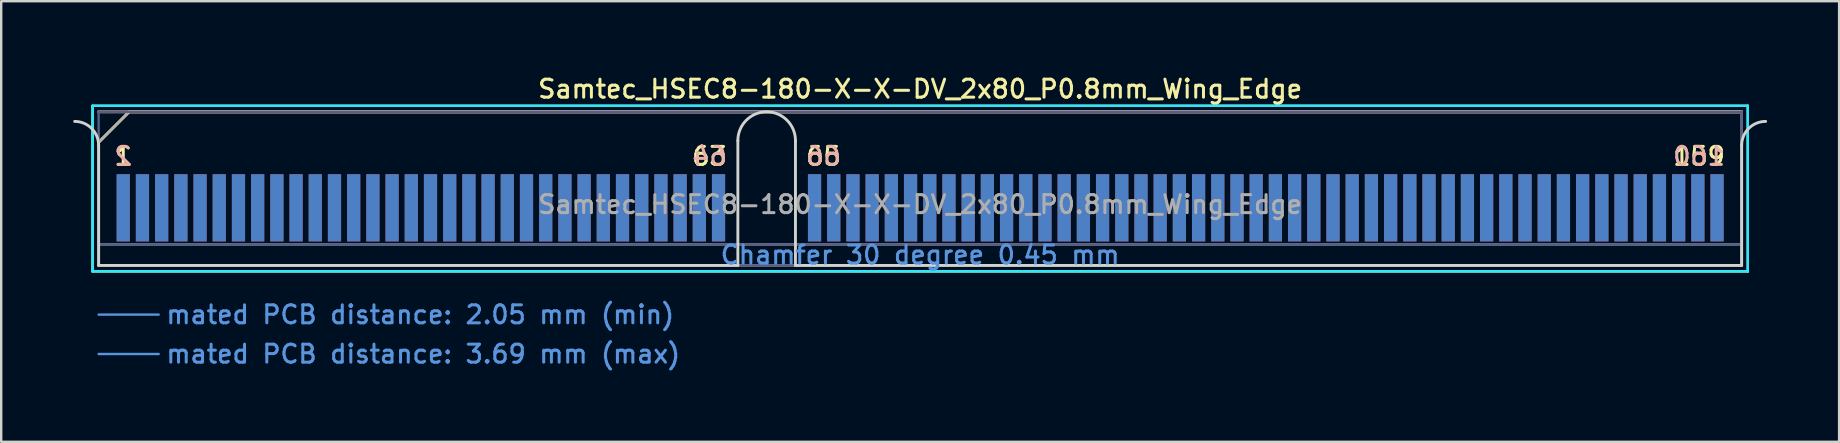
<source format=kicad_pcb>
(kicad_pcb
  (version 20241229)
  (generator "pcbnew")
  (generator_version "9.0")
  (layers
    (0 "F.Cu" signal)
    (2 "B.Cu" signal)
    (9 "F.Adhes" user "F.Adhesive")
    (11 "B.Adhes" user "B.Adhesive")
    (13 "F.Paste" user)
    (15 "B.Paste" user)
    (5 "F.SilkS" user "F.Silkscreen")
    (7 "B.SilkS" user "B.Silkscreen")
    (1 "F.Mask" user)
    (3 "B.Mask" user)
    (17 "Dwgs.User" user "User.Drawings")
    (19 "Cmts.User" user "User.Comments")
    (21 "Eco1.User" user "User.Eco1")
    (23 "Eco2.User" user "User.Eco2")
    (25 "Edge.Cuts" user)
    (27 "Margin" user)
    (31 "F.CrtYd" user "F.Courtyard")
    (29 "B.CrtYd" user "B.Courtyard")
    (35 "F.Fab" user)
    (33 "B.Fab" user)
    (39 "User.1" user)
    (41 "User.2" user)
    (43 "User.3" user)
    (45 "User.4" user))
  (footprint "Samtec_HSEC8-180-X-X-DV_2x80_P0.8mm_Wing_Edge"
    (layer "F.Cu")
    (at 35.285 8.008)
    (property "Reference" "Samtec_HSEC8-180-X-X-DV_2x80_P0.8mm_Wing_Edge" (at 0 -7.35 0) (layer "F.SilkS") (effects (font (size 0.75 0.75) (thickness 0.125))))
    (attr exclude_from_pos_files exclude_from_bom)
    (fp_line (start -34.48 -6.65) (end -34.48 0.25) (stroke (width 0.1) (type solid)) (layer "F.SilkS"))
    (fp_line (start -34.48 0.25) (end 34.48 0.25) (stroke (width 0.1) (type solid)) (layer "F.SilkS"))
    (fp_line (start -34.225 -5.13) (end -32.955 -6.4) (stroke (width 0.12) (type solid)) (layer "F.SilkS"))
    (fp_line (start -32.955 -6.4) (end 34.225 -6.4) (stroke (width 0.12) (type solid)) (layer "F.SilkS"))
    (fp_line (start 34.48 -6.65) (end -34.48 -6.65) (stroke (width 0.1) (type solid)) (layer "F.SilkS"))
    (fp_line (start 34.48 0.25) (end 34.48 -6.65) (stroke (width 0.1) (type solid)) (layer "F.SilkS"))
    (fp_line (start -34.225 -6.4) (end -34.225 -6.4) (stroke (width 0.12) (type solid)) (layer "B.SilkS"))
    (fp_line (start -34.225 -6.4) (end 34.225 -6.4) (stroke (width 0.12) (type solid)) (layer "B.SilkS"))
    (fp_line (start -34.225 2.05) (end -31.725 2.05) (stroke (width 0.1) (type solid)) (layer "Cmts.User"))
    (fp_line (start -34.225 3.69) (end -31.725 3.69) (stroke (width 0.1) (type solid)) (layer "Cmts.User"))
    (fp_line (start -34.225 -5) (end -34.225 0) (stroke (width 0.12) (type solid)) (layer "Edge.Cuts"))
    (fp_line (start -34.225 0) (end -7.595 0) (stroke (width 0.12) (type solid)) (layer "Edge.Cuts"))
    (fp_line (start -7.595 0) (end -7.595 -5.2) (stroke (width 0.12) (type solid)) (layer "Edge.Cuts"))
    (fp_line (start -5.195 -5.2) (end -5.195 0) (stroke (width 0.12) (type solid)) (layer "Edge.Cuts"))
    (fp_line (start -5.195 0) (end 34.225 0) (stroke (width 0.12) (type solid)) (layer "Edge.Cuts"))
    (fp_line (start 34.225 0) (end 34.225 -5) (stroke (width 0.12) (type solid)) (layer "Edge.Cuts"))
    (fp_arc (start -35.225 -6) (mid -34.517893 -5.707107) (end -34.225 -5) (stroke (width 0.12) (type solid)) (layer "Edge.Cuts"))
    (fp_arc (start -7.595 -5.2) (mid -6.395 -6.4) (end -5.195 -5.2) (stroke (width 0.12) (type solid)) (layer "Edge.Cuts"))
    (fp_arc (start 34.225 -5) (mid 34.517893 -5.707107) (end 35.225 -6) (stroke (width 0.12) (type solid)) (layer "Edge.Cuts"))
    (fp_line (start -34.48 -6.65) (end -34.48 0.25) (stroke (width 0.1) (type solid)) (layer "B.CrtYd"))
    (fp_line (start -34.48 0.25) (end 34.48 0.25) (stroke (width 0.1) (type solid)) (layer "B.CrtYd"))
    (fp_line (start 34.48 -6.65) (end -34.48 -6.65) (stroke (width 0.1) (type solid)) (layer "B.CrtYd"))
    (fp_line (start 34.48 0.25) (end 34.48 -6.65) (stroke (width 0.1) (type solid)) (layer "B.CrtYd"))
    (fp_line (start -34.225 -6.4) (end -34.225 -6.4) (stroke (width 0.1) (type solid)) (layer "B.Fab"))
    (fp_line (start -34.225 -6.4) (end -34.225 0) (stroke (width 0.1) (type solid)) (layer "B.Fab"))
    (fp_line (start -34.225 -6.4) (end 34.225 -6.4) (stroke (width 0.1) (type solid)) (layer "B.Fab"))
    (fp_line (start -34.225 -0.88) (end 34.225 -0.88) (stroke (width 0.1) (type solid)) (layer "B.Fab"))
    (fp_line (start -34.225 0) (end 34.225 0) (stroke (width 0.1) (type solid)) (layer "B.Fab"))
    (fp_line (start 34.225 -6.4) (end 34.225 0) (stroke (width 0.1) (type solid)) (layer "B.Fab"))
    (fp_line (start -34.225 -5.13) (end -34.225 0) (stroke (width 0.1) (type solid)) (layer "F.Fab"))
    (fp_line (start -34.225 -5.13) (end -32.955 -6.4) (stroke (width 0.1) (type solid)) (layer "F.Fab"))
    (fp_line (start -34.225 -0.88) (end 34.225 -0.88) (stroke (width 0.1) (type solid)) (layer "F.Fab"))
    (fp_line (start -34.225 0) (end 34.225 0) (stroke (width 0.1) (type solid)) (layer "F.Fab"))
    (fp_line (start -32.955 -6.4) (end 34.225 -6.4) (stroke (width 0.1) (type solid)) (layer "F.Fab"))
    (fp_line (start 34.225 -6.4) (end 34.225 0) (stroke (width 0.1) (type solid)) (layer "F.Fab"))
    (fp_text user "1" (at -33.2 -4.55 0) (layer "F.SilkS") (effects (font (size 0.75 0.75) (thickness 0.125))))
    (fp_text user "159" (at 32.45 -4.55 0) (layer "F.SilkS") (effects (font (size 0.75 0.75) (thickness 0.125))))
    (fp_text user "63" (at -8.775 -4.55 0) (layer "F.SilkS") (effects (font (size 0.75 0.75) (thickness 0.125))))
    (fp_text user "65" (at -4.025 -4.55 0) (layer "F.SilkS") (effects (font (size 0.75 0.75) (thickness 0.125))))
    (fp_text user "2" (at -33.2 -4.55 0) (layer "B.SilkS") (effects (font (size 0.75 0.75) (thickness 0.125)) (justify mirror)))
    (fp_text user "160" (at 32.45 -4.55 0) (layer "B.SilkS") (effects (font (size 0.75 0.75) (thickness 0.125)) (justify mirror)))
    (fp_text user "66" (at -4.025 -4.55 0) (layer "B.SilkS") (effects (font (size 0.75 0.75) (thickness 0.125)) (justify mirror)))
    (fp_text user "64" (at -8.775 -4.55 0) (layer "B.SilkS") (effects (font (size 0.75 0.75) (thickness 0.125)) (justify mirror)))
    (fp_text user "mated PCB distance: 3.69 mm (max)" (at -31.48 3.69 0) (layer "Cmts.User") (effects (font (size 0.75 0.75) (thickness 0.125)) (justify left)))
    (fp_text user "Chamfer 30 degree 0.45 mm" (at 0 -0.44 0) (layer "Cmts.User") (effects (font (size 0.75 0.75) (thickness 0.125))))
    (fp_text user "mated PCB distance: 2.05 mm (min)" (at -31.48 2.05 0) (layer "Cmts.User") (effects (font (size 0.75 0.75) (thickness 0.125)) (justify left)))
    (fp_text user "${REFERENCE}" (at 0 -2.54 0) (layer "F.Fab") (effects (font (size 0.75 0.75) (thickness 0.125))))
    (pad "1" connect rect (at -33.2 -2.4) (size 0.55 2.8) (layers "F.Cu" "F.Mask"))
    (pad "2" connect rect (at -33.2 -2.4) (size 0.55 2.8) (layers "B.Cu" "B.Mask"))
    (pad "3" connect rect (at -32.4 -2.4) (size 0.55 2.8) (layers "F.Cu" "F.Mask"))
    (pad "4" connect rect (at -32.4 -2.4) (size 0.55 2.8) (layers "B.Cu" "B.Mask"))
    (pad "5" connect rect (at -31.6 -2.4) (size 0.55 2.8) (layers "F.Cu" "F.Mask"))
    (pad "6" connect rect (at -31.6 -2.4) (size 0.55 2.8) (layers "B.Cu" "B.Mask"))
    (pad "7" connect rect (at -30.8 -2.4) (size 0.55 2.8) (layers "F.Cu" "F.Mask"))
    (pad "8" connect rect (at -30.8 -2.4) (size 0.55 2.8) (layers "B.Cu" "B.Mask"))
    (pad "9" connect rect (at -30 -2.4) (size 0.55 2.8) (layers "F.Cu" "F.Mask"))
    (pad "10" connect rect (at -30 -2.4) (size 0.55 2.8) (layers "B.Cu" "B.Mask"))
    (pad "11" connect rect (at -29.2 -2.4) (size 0.55 2.8) (layers "F.Cu" "F.Mask"))
    (pad "12" connect rect (at -29.2 -2.4) (size 0.55 2.8) (layers "B.Cu" "B.Mask"))
    (pad "13" connect rect (at -28.4 -2.4) (size 0.55 2.8) (layers "F.Cu" "F.Mask"))
    (pad "14" connect rect (at -28.4 -2.4) (size 0.55 2.8) (layers "B.Cu" "B.Mask"))
    (pad "15" connect rect (at -27.6 -2.4) (size 0.55 2.8) (layers "F.Cu" "F.Mask"))
    (pad "16" connect rect (at -27.6 -2.4) (size 0.55 2.8) (layers "B.Cu" "B.Mask"))
    (pad "17" connect rect (at -26.8 -2.4) (size 0.55 2.8) (layers "F.Cu" "F.Mask"))
    (pad "18" connect rect (at -26.8 -2.4) (size 0.55 2.8) (layers "B.Cu" "B.Mask"))
    (pad "19" connect rect (at -26 -2.4) (size 0.55 2.8) (layers "F.Cu" "F.Mask"))
    (pad "20" connect rect (at -26 -2.4) (size 0.55 2.8) (layers "B.Cu" "B.Mask"))
    (pad "21" connect rect (at -25.2 -2.4) (size 0.55 2.8) (layers "F.Cu" "F.Mask"))
    (pad "22" connect rect (at -25.2 -2.4) (size 0.55 2.8) (layers "B.Cu" "B.Mask"))
    (pad "23" connect rect (at -24.4 -2.4) (size 0.55 2.8) (layers "F.Cu" "F.Mask"))
    (pad "24" connect rect (at -24.4 -2.4) (size 0.55 2.8) (layers "B.Cu" "B.Mask"))
    (pad "25" connect rect (at -23.6 -2.4) (size 0.55 2.8) (layers "F.Cu" "F.Mask"))
    (pad "26" connect rect (at -23.6 -2.4) (size 0.55 2.8) (layers "B.Cu" "B.Mask"))
    (pad "27" connect rect (at -22.8 -2.4) (size 0.55 2.8) (layers "F.Cu" "F.Mask"))
    (pad "28" connect rect (at -22.8 -2.4) (size 0.55 2.8) (layers "B.Cu" "B.Mask"))
    (pad "29" connect rect (at -22 -2.4) (size 0.55 2.8) (layers "F.Cu" "F.Mask"))
    (pad "30" connect rect (at -22 -2.4) (size 0.55 2.8) (layers "B.Cu" "B.Mask"))
    (pad "31" connect rect (at -21.2 -2.4) (size 0.55 2.8) (layers "F.Cu" "F.Mask"))
    (pad "32" connect rect (at -21.2 -2.4) (size 0.55 2.8) (layers "B.Cu" "B.Mask"))
    (pad "33" connect rect (at -20.4 -2.4) (size 0.55 2.8) (layers "F.Cu" "F.Mask"))
    (pad "34" connect rect (at -20.4 -2.4) (size 0.55 2.8) (layers "B.Cu" "B.Mask"))
    (pad "35" connect rect (at -19.6 -2.4) (size 0.55 2.8) (layers "F.Cu" "F.Mask"))
    (pad "36" connect rect (at -19.6 -2.4) (size 0.55 2.8) (layers "B.Cu" "B.Mask"))
    (pad "37" connect rect (at -18.8 -2.4) (size 0.55 2.8) (layers "F.Cu" "F.Mask"))
    (pad "38" connect rect (at -18.8 -2.4) (size 0.55 2.8) (layers "B.Cu" "B.Mask"))
    (pad "39" connect rect (at -18 -2.4) (size 0.55 2.8) (layers "F.Cu" "F.Mask"))
    (pad "40" connect rect (at -18 -2.4) (size 0.55 2.8) (layers "B.Cu" "B.Mask"))
    (pad "41" connect rect (at -17.2 -2.4) (size 0.55 2.8) (layers "F.Cu" "F.Mask"))
    (pad "42" connect rect (at -17.2 -2.4) (size 0.55 2.8) (layers "B.Cu" "B.Mask"))
    (pad "43" connect rect (at -16.4 -2.4) (size 0.55 2.8) (layers "F.Cu" "F.Mask"))
    (pad "44" connect rect (at -16.4 -2.4) (size 0.55 2.8) (layers "B.Cu" "B.Mask"))
    (pad "45" connect rect (at -15.6 -2.4) (size 0.55 2.8) (layers "F.Cu" "F.Mask"))
    (pad "46" connect rect (at -15.6 -2.4) (size 0.55 2.8) (layers "B.Cu" "B.Mask"))
    (pad "47" connect rect (at -14.8 -2.4) (size 0.55 2.8) (layers "F.Cu" "F.Mask"))
    (pad "48" connect rect (at -14.8 -2.4) (size 0.55 2.8) (layers "B.Cu" "B.Mask"))
    (pad "49" connect rect (at -14 -2.4) (size 0.55 2.8) (layers "F.Cu" "F.Mask"))
    (pad "50" connect rect (at -14 -2.4) (size 0.55 2.8) (layers "B.Cu" "B.Mask"))
    (pad "51" connect rect (at -13.2 -2.4) (size 0.55 2.8) (layers "F.Cu" "F.Mask"))
    (pad "52" connect rect (at -13.2 -2.4) (size 0.55 2.8) (layers "B.Cu" "B.Mask"))
    (pad "53" connect rect (at -12.4 -2.4) (size 0.55 2.8) (layers "F.Cu" "F.Mask"))
    (pad "54" connect rect (at -12.4 -2.4) (size 0.55 2.8) (layers "B.Cu" "B.Mask"))
    (pad "55" connect rect (at -11.6 -2.4) (size 0.55 2.8) (layers "F.Cu" "F.Mask"))
    (pad "56" connect rect (at -11.6 -2.4) (size 0.55 2.8) (layers "B.Cu" "B.Mask"))
    (pad "57" connect rect (at -10.8 -2.4) (size 0.55 2.8) (layers "F.Cu" "F.Mask"))
    (pad "58" connect rect (at -10.8 -2.4) (size 0.55 2.8) (layers "B.Cu" "B.Mask"))
    (pad "59" connect rect (at -10 -2.4) (size 0.55 2.8) (layers "F.Cu" "F.Mask"))
    (pad "60" connect rect (at -10 -2.4) (size 0.55 2.8) (layers "B.Cu" "B.Mask"))
    (pad "61" connect rect (at -9.2 -2.4) (size 0.55 2.8) (layers "F.Cu" "F.Mask"))
    (pad "62" connect rect (at -9.2 -2.4) (size 0.55 2.8) (layers "B.Cu" "B.Mask"))
    (pad "63" connect rect (at -8.4 -2.4) (size 0.55 2.8) (layers "F.Cu" "F.Mask"))
    (pad "64" connect rect (at -8.4 -2.4) (size 0.55 2.8) (layers "B.Cu" "B.Mask"))
    (pad "65" connect rect (at -4.4 -2.4) (size 0.55 2.8) (layers "F.Cu" "F.Mask"))
    (pad "66" connect rect (at -4.4 -2.4) (size 0.55 2.8) (layers "B.Cu" "B.Mask"))
    (pad "67" connect rect (at -3.6 -2.4) (size 0.55 2.8) (layers "F.Cu" "F.Mask"))
    (pad "68" connect rect (at -3.6 -2.4) (size 0.55 2.8) (layers "B.Cu" "B.Mask"))
    (pad "69" connect rect (at -2.8 -2.4) (size 0.55 2.8) (layers "F.Cu" "F.Mask"))
    (pad "70" connect rect (at -2.8 -2.4) (size 0.55 2.8) (layers "B.Cu" "B.Mask"))
    (pad "71" connect rect (at -2 -2.4) (size 0.55 2.8) (layers "F.Cu" "F.Mask"))
    (pad "72" connect rect (at -2 -2.4) (size 0.55 2.8) (layers "B.Cu" "B.Mask"))
    (pad "73" connect rect (at -1.2 -2.4) (size 0.55 2.8) (layers "F.Cu" "F.Mask"))
    (pad "74" connect rect (at -1.2 -2.4) (size 0.55 2.8) (layers "B.Cu" "B.Mask"))
    (pad "75" connect rect (at -0.4 -2.4) (size 0.55 2.8) (layers "F.Cu" "F.Mask"))
    (pad "76" connect rect (at -0.4 -2.4) (size 0.55 2.8) (layers "B.Cu" "B.Mask"))
    (pad "77" connect rect (at 0.4 -2.4) (size 0.55 2.8) (layers "F.Cu" "F.Mask"))
    (pad "78" connect rect (at 0.4 -2.4) (size 0.55 2.8) (layers "B.Cu" "B.Mask"))
    (pad "79" connect rect (at 1.2 -2.4) (size 0.55 2.8) (layers "F.Cu" "F.Mask"))
    (pad "80" connect rect (at 1.2 -2.4) (size 0.55 2.8) (layers "B.Cu" "B.Mask"))
    (pad "81" connect rect (at 2 -2.4) (size 0.55 2.8) (layers "F.Cu" "F.Mask"))
    (pad "82" connect rect (at 2 -2.4) (size 0.55 2.8) (layers "B.Cu" "B.Mask"))
    (pad "83" connect rect (at 2.8 -2.4) (size 0.55 2.8) (layers "F.Cu" "F.Mask"))
    (pad "84" connect rect (at 2.8 -2.4) (size 0.55 2.8) (layers "B.Cu" "B.Mask"))
    (pad "85" connect rect (at 3.6 -2.4) (size 0.55 2.8) (layers "F.Cu" "F.Mask"))
    (pad "86" connect rect (at 3.6 -2.4) (size 0.55 2.8) (layers "B.Cu" "B.Mask"))
    (pad "87" connect rect (at 4.4 -2.4) (size 0.55 2.8) (layers "F.Cu" "F.Mask"))
    (pad "88" connect rect (at 4.4 -2.4) (size 0.55 2.8) (layers "B.Cu" "B.Mask"))
    (pad "89" connect rect (at 5.2 -2.4) (size 0.55 2.8) (layers "F.Cu" "F.Mask"))
    (pad "90" connect rect (at 5.2 -2.4) (size 0.55 2.8) (layers "B.Cu" "B.Mask"))
    (pad "91" connect rect (at 6 -2.4) (size 0.55 2.8) (layers "F.Cu" "F.Mask"))
    (pad "92" connect rect (at 6 -2.4) (size 0.55 2.8) (layers "B.Cu" "B.Mask"))
    (pad "93" connect rect (at 6.8 -2.4) (size 0.55 2.8) (layers "F.Cu" "F.Mask"))
    (pad "94" connect rect (at 6.8 -2.4) (size 0.55 2.8) (layers "B.Cu" "B.Mask"))
    (pad "95" connect rect (at 7.6 -2.4) (size 0.55 2.8) (layers "F.Cu" "F.Mask"))
    (pad "96" connect rect (at 7.6 -2.4) (size 0.55 2.8) (layers "B.Cu" "B.Mask"))
    (pad "97" connect rect (at 8.4 -2.4) (size 0.55 2.8) (layers "F.Cu" "F.Mask"))
    (pad "98" connect rect (at 8.4 -2.4) (size 0.55 2.8) (layers "B.Cu" "B.Mask"))
    (pad "99" connect rect (at 9.2 -2.4) (size 0.55 2.8) (layers "F.Cu" "F.Mask"))
    (pad "100" connect rect (at 9.2 -2.4) (size 0.55 2.8) (layers "B.Cu" "B.Mask"))
    (pad "101" connect rect (at 10 -2.4) (size 0.55 2.8) (layers "F.Cu" "F.Mask"))
    (pad "102" connect rect (at 10 -2.4) (size 0.55 2.8) (layers "B.Cu" "B.Mask"))
    (pad "103" connect rect (at 10.8 -2.4) (size 0.55 2.8) (layers "F.Cu" "F.Mask"))
    (pad "104" connect rect (at 10.8 -2.4) (size 0.55 2.8) (layers "B.Cu" "B.Mask"))
    (pad "105" connect rect (at 11.6 -2.4) (size 0.55 2.8) (layers "F.Cu" "F.Mask"))
    (pad "106" connect rect (at 11.6 -2.4) (size 0.55 2.8) (layers "B.Cu" "B.Mask"))
    (pad "107" connect rect (at 12.4 -2.4) (size 0.55 2.8) (layers "F.Cu" "F.Mask"))
    (pad "108" connect rect (at 12.4 -2.4) (size 0.55 2.8) (layers "B.Cu" "B.Mask"))
    (pad "109" connect rect (at 13.2 -2.4) (size 0.55 2.8) (layers "F.Cu" "F.Mask"))
    (pad "110" connect rect (at 13.2 -2.4) (size 0.55 2.8) (layers "B.Cu" "B.Mask"))
    (pad "111" connect rect (at 14 -2.4) (size 0.55 2.8) (layers "F.Cu" "F.Mask"))
    (pad "112" connect rect (at 14 -2.4) (size 0.55 2.8) (layers "B.Cu" "B.Mask"))
    (pad "113" connect rect (at 14.8 -2.4) (size 0.55 2.8) (layers "F.Cu" "F.Mask"))
    (pad "114" connect rect (at 14.8 -2.4) (size 0.55 2.8) (layers "B.Cu" "B.Mask"))
    (pad "115" connect rect (at 15.6 -2.4) (size 0.55 2.8) (layers "F.Cu" "F.Mask"))
    (pad "116" connect rect (at 15.6 -2.4) (size 0.55 2.8) (layers "B.Cu" "B.Mask"))
    (pad "117" connect rect (at 16.4 -2.4) (size 0.55 2.8) (layers "F.Cu" "F.Mask"))
    (pad "118" connect rect (at 16.4 -2.4) (size 0.55 2.8) (layers "B.Cu" "B.Mask"))
    (pad "119" connect rect (at 17.2 -2.4) (size 0.55 2.8) (layers "F.Cu" "F.Mask"))
    (pad "120" connect rect (at 17.2 -2.4) (size 0.55 2.8) (layers "B.Cu" "B.Mask"))
    (pad "121" connect rect (at 18 -2.4) (size 0.55 2.8) (layers "F.Cu" "F.Mask"))
    (pad "122" connect rect (at 18 -2.4) (size 0.55 2.8) (layers "B.Cu" "B.Mask"))
    (pad "123" connect rect (at 18.8 -2.4) (size 0.55 2.8) (layers "F.Cu" "F.Mask"))
    (pad "124" connect rect (at 18.8 -2.4) (size 0.55 2.8) (layers "B.Cu" "B.Mask"))
    (pad "125" connect rect (at 19.6 -2.4) (size 0.55 2.8) (layers "F.Cu" "F.Mask"))
    (pad "126" connect rect (at 19.6 -2.4) (size 0.55 2.8) (layers "B.Cu" "B.Mask"))
    (pad "127" connect rect (at 20.4 -2.4) (size 0.55 2.8) (layers "F.Cu" "F.Mask"))
    (pad "128" connect rect (at 20.4 -2.4) (size 0.55 2.8) (layers "B.Cu" "B.Mask"))
    (pad "129" connect rect (at 21.2 -2.4) (size 0.55 2.8) (layers "F.Cu" "F.Mask"))
    (pad "130" connect rect (at 21.2 -2.4) (size 0.55 2.8) (layers "B.Cu" "B.Mask"))
    (pad "131" connect rect (at 22 -2.4) (size 0.55 2.8) (layers "F.Cu" "F.Mask"))
    (pad "132" connect rect (at 22 -2.4) (size 0.55 2.8) (layers "B.Cu" "B.Mask"))
    (pad "133" connect rect (at 22.8 -2.4) (size 0.55 2.8) (layers "F.Cu" "F.Mask"))
    (pad "134" connect rect (at 22.8 -2.4) (size 0.55 2.8) (layers "B.Cu" "B.Mask"))
    (pad "135" connect rect (at 23.6 -2.4) (size 0.55 2.8) (layers "F.Cu" "F.Mask"))
    (pad "136" connect rect (at 23.6 -2.4) (size 0.55 2.8) (layers "B.Cu" "B.Mask"))
    (pad "137" connect rect (at 24.4 -2.4) (size 0.55 2.8) (layers "F.Cu" "F.Mask"))
    (pad "138" connect rect (at 24.4 -2.4) (size 0.55 2.8) (layers "B.Cu" "B.Mask"))
    (pad "139" connect rect (at 25.2 -2.4) (size 0.55 2.8) (layers "F.Cu" "F.Mask"))
    (pad "140" connect rect (at 25.2 -2.4) (size 0.55 2.8) (layers "B.Cu" "B.Mask"))
    (pad "141" connect rect (at 26 -2.4) (size 0.55 2.8) (layers "F.Cu" "F.Mask"))
    (pad "142" connect rect (at 26 -2.4) (size 0.55 2.8) (layers "B.Cu" "B.Mask"))
    (pad "143" connect rect (at 26.8 -2.4) (size 0.55 2.8) (layers "F.Cu" "F.Mask"))
    (pad "144" connect rect (at 26.8 -2.4) (size 0.55 2.8) (layers "B.Cu" "B.Mask"))
    (pad "145" connect rect (at 27.6 -2.4) (size 0.55 2.8) (layers "F.Cu" "F.Mask"))
    (pad "146" connect rect (at 27.6 -2.4) (size 0.55 2.8) (layers "B.Cu" "B.Mask"))
    (pad "147" connect rect (at 28.4 -2.4) (size 0.55 2.8) (layers "F.Cu" "F.Mask"))
    (pad "148" connect rect (at 28.4 -2.4) (size 0.55 2.8) (layers "B.Cu" "B.Mask"))
    (pad "149" connect rect (at 29.2 -2.4) (size 0.55 2.8) (layers "F.Cu" "F.Mask"))
    (pad "150" connect rect (at 29.2 -2.4) (size 0.55 2.8) (layers "B.Cu" "B.Mask"))
    (pad "151" connect rect (at 30 -2.4) (size 0.55 2.8) (layers "F.Cu" "F.Mask"))
    (pad "152" connect rect (at 30 -2.4) (size 0.55 2.8) (layers "B.Cu" "B.Mask"))
    (pad "153" connect rect (at 30.8 -2.4) (size 0.55 2.8) (layers "F.Cu" "F.Mask"))
    (pad "154" connect rect (at 30.8 -2.4) (size 0.55 2.8) (layers "B.Cu" "B.Mask"))
    (pad "155" connect rect (at 31.6 -2.4) (size 0.55 2.8) (layers "F.Cu" "F.Mask"))
    (pad "156" connect rect (at 31.6 -2.4) (size 0.55 2.8) (layers "B.Cu" "B.Mask"))
    (pad "157" connect rect (at 32.4 -2.4) (size 0.55 2.8) (layers "F.Cu" "F.Mask"))
    (pad "158" connect rect (at 32.4 -2.4) (size 0.55 2.8) (layers "B.Cu" "B.Mask"))
    (pad "159" connect rect (at 33.2 -2.4) (size 0.55 2.8) (layers "F.Cu" "F.Mask"))
    (pad "160" connect rect (at 33.2 -2.4) (size 0.55 2.8) (layers "B.Cu" "B.Mask")))
  (gr_rect
    (start -3 -3)
    (end 73.57 15.356)
    (stroke (width 0.1) (type default))
    (fill no)
    (layer "Edge.Cuts")))
</source>
